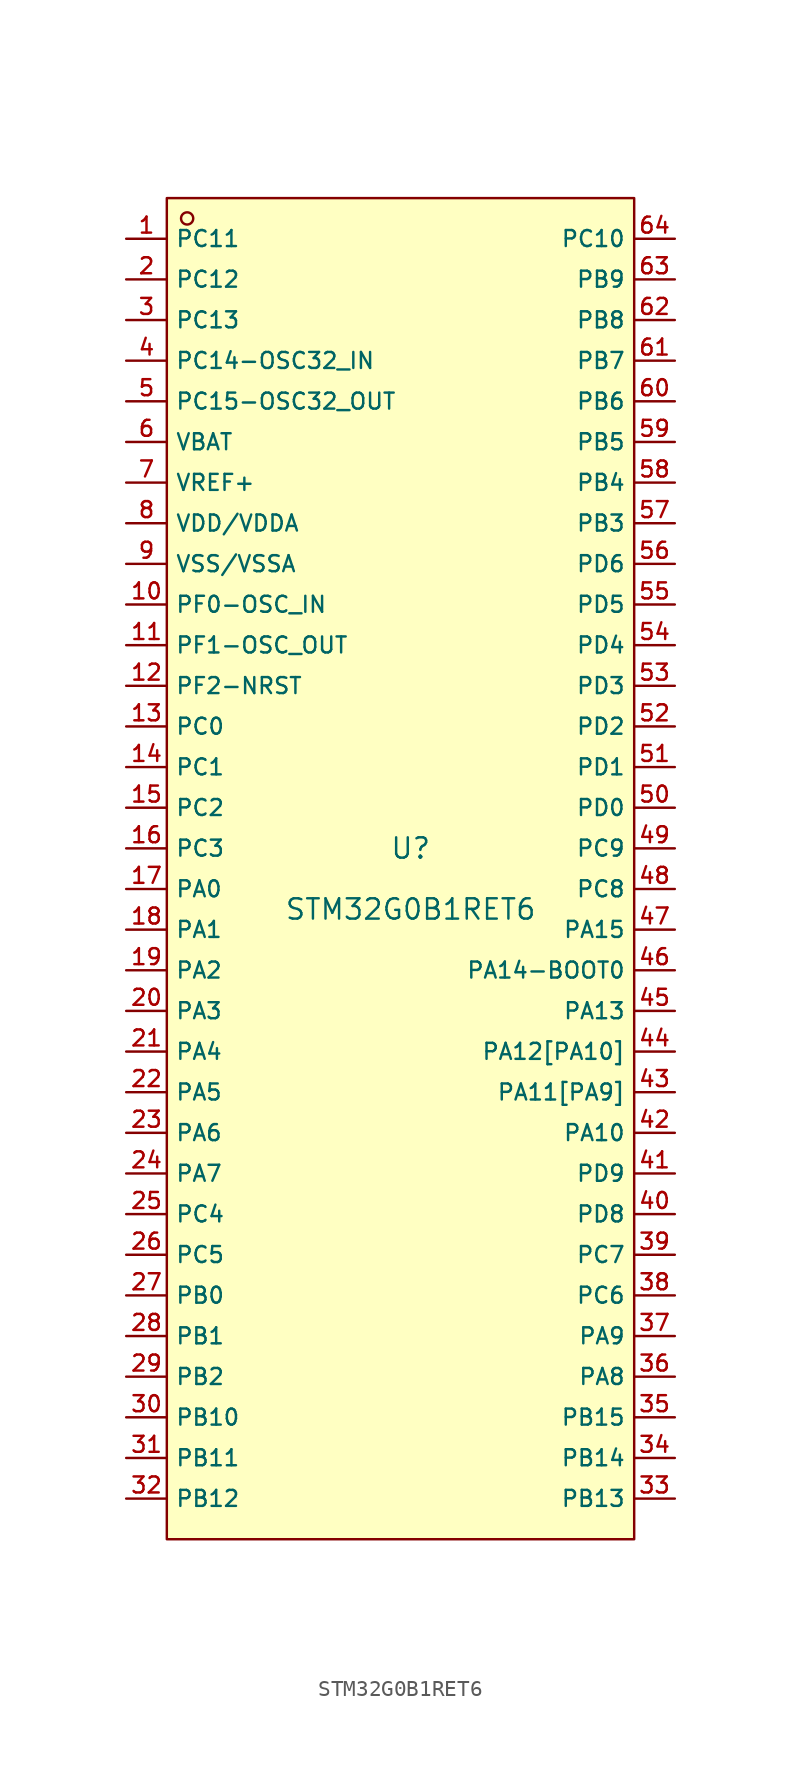
<source format=kicad_sym>
(kicad_symbol_lib
  (version 20210201)
  (generator TousstNicolas/JLC2KiCad_lib)
  (symbol "STM32G0B1RET6"
    (property "Reference" "U"
      (at 0 1.27 0)
      (effects (font (size 1.27 1.27))))
    (property "Value" "STM32G0B1RET6"
      (at 0 -2.54 0)
      (effects (font (size 1.27 1.27))))
    (symbol "STM32G0B1RET6_0_1"
      (rectangle (start -15.24 41.91) (end 13.97 -41.91) (stroke (width 0) (type default) (color 0 0 0 0)) (fill (type background)))
      (circle (center -13.97 40.64) (radius 0.381) (stroke (width 0) (type default) (color 0 0 0 0)) (fill (type background)))
      (pin unspecified line (at -17.78 39.37 0) (length 2.54) (name "PC11" (effects (font (size 1 1)))) (number "1" (effects (font (size 1 1)))))
      (pin unspecified line (at -17.78 36.83 0) (length 2.54) (name "PC12" (effects (font (size 1 1)))) (number "2" (effects (font (size 1 1)))))
      (pin unspecified line (at -17.78 34.29 0) (length 2.54) (name "PC13" (effects (font (size 1 1)))) (number "3" (effects (font (size 1 1)))))
      (pin unspecified line (at -17.78 31.75 0) (length 2.54) (name "PC14-OSC32_IN" (effects (font (size 1 1)))) (number "4" (effects (font (size 1 1)))))
      (pin unspecified line (at -17.78 29.21 0) (length 2.54) (name "PC15-OSC32_OUT" (effects (font (size 1 1)))) (number "5" (effects (font (size 1 1)))))
      (pin unspecified line (at -17.78 26.67 0) (length 2.54) (name "VBAT" (effects (font (size 1 1)))) (number "6" (effects (font (size 1 1)))))
      (pin unspecified line (at -17.78 24.13 0) (length 2.54) (name "VREF+" (effects (font (size 1 1)))) (number "7" (effects (font (size 1 1)))))
      (pin unspecified line (at -17.78 21.59 0) (length 2.54) (name "VDD/VDDA" (effects (font (size 1 1)))) (number "8" (effects (font (size 1 1)))))
      (pin unspecified line (at -17.78 19.05 0) (length 2.54) (name "VSS/VSSA" (effects (font (size 1 1)))) (number "9" (effects (font (size 1 1)))))
      (pin unspecified line (at -17.78 16.51 0) (length 2.54) (name "PF0-OSC_IN" (effects (font (size 1 1)))) (number "10" (effects (font (size 1 1)))))
      (pin unspecified line (at -17.78 13.97 0) (length 2.54) (name "PF1-OSC_OUT" (effects (font (size 1 1)))) (number "11" (effects (font (size 1 1)))))
      (pin unspecified line (at -17.78 11.43 0) (length 2.54) (name "PF2-NRST" (effects (font (size 1 1)))) (number "12" (effects (font (size 1 1)))))
      (pin unspecified line (at -17.78 8.89 0) (length 2.54) (name "PC0" (effects (font (size 1 1)))) (number "13" (effects (font (size 1 1)))))
      (pin unspecified line (at -17.78 6.35 0) (length 2.54) (name "PC1" (effects (font (size 1 1)))) (number "14" (effects (font (size 1 1)))))
      (pin unspecified line (at -17.78 3.81 0) (length 2.54) (name "PC2" (effects (font (size 1 1)))) (number "15" (effects (font (size 1 1)))))
      (pin unspecified line (at -17.78 1.27 0) (length 2.54) (name "PC3" (effects (font (size 1 1)))) (number "16" (effects (font (size 1 1)))))
      (pin unspecified line (at -17.78 -1.27 0) (length 2.54) (name "PA0" (effects (font (size 1 1)))) (number "17" (effects (font (size 1 1)))))
      (pin unspecified line (at -17.78 -3.81 0) (length 2.54) (name "PA1" (effects (font (size 1 1)))) (number "18" (effects (font (size 1 1)))))
      (pin unspecified line (at -17.78 -6.35 0) (length 2.54) (name "PA2" (effects (font (size 1 1)))) (number "19" (effects (font (size 1 1)))))
      (pin unspecified line (at -17.78 -8.89 0) (length 2.54) (name "PA3" (effects (font (size 1 1)))) (number "20" (effects (font (size 1 1)))))
      (pin unspecified line (at -17.78 -11.43 0) (length 2.54) (name "PA4" (effects (font (size 1 1)))) (number "21" (effects (font (size 1 1)))))
      (pin unspecified line (at -17.78 -13.97 0) (length 2.54) (name "PA5" (effects (font (size 1 1)))) (number "22" (effects (font (size 1 1)))))
      (pin unspecified line (at -17.78 -16.51 0) (length 2.54) (name "PA6" (effects (font (size 1 1)))) (number "23" (effects (font (size 1 1)))))
      (pin unspecified line (at -17.78 -19.05 0) (length 2.54) (name "PA7" (effects (font (size 1 1)))) (number "24" (effects (font (size 1 1)))))
      (pin unspecified line (at -17.78 -21.59 0) (length 2.54) (name "PC4" (effects (font (size 1 1)))) (number "25" (effects (font (size 1 1)))))
      (pin unspecified line (at -17.78 -24.13 0) (length 2.54) (name "PC5" (effects (font (size 1 1)))) (number "26" (effects (font (size 1 1)))))
      (pin unspecified line (at -17.78 -26.67 0) (length 2.54) (name "PB0" (effects (font (size 1 1)))) (number "27" (effects (font (size 1 1)))))
      (pin unspecified line (at -17.78 -29.21 0) (length 2.54) (name "PB1" (effects (font (size 1 1)))) (number "28" (effects (font (size 1 1)))))
      (pin unspecified line (at -17.78 -31.75 0) (length 2.54) (name "PB2" (effects (font (size 1 1)))) (number "29" (effects (font (size 1 1)))))
      (pin unspecified line (at -17.78 -34.29 0) (length 2.54) (name "PB10" (effects (font (size 1 1)))) (number "30" (effects (font (size 1 1)))))
      (pin unspecified line (at -17.78 -36.83 0) (length 2.54) (name "PB11" (effects (font (size 1 1)))) (number "31" (effects (font (size 1 1)))))
      (pin unspecified line (at -17.78 -39.37 0) (length 2.54) (name "PB12" (effects (font (size 1 1)))) (number "32" (effects (font (size 1 1)))))
      (pin unspecified line (at 16.51 -39.37 180) (length 2.54) (name "PB13" (effects (font (size 1 1)))) (number "33" (effects (font (size 1 1)))))
      (pin unspecified line (at 16.51 -36.83 180) (length 2.54) (name "PB14" (effects (font (size 1 1)))) (number "34" (effects (font (size 1 1)))))
      (pin unspecified line (at 16.51 -34.29 180) (length 2.54) (name "PB15" (effects (font (size 1 1)))) (number "35" (effects (font (size 1 1)))))
      (pin unspecified line (at 16.51 -31.75 180) (length 2.54) (name "PA8" (effects (font (size 1 1)))) (number "36" (effects (font (size 1 1)))))
      (pin unspecified line (at 16.51 -29.21 180) (length 2.54) (name "PA9" (effects (font (size 1 1)))) (number "37" (effects (font (size 1 1)))))
      (pin unspecified line (at 16.51 -26.67 180) (length 2.54) (name "PC6" (effects (font (size 1 1)))) (number "38" (effects (font (size 1 1)))))
      (pin unspecified line (at 16.51 -24.13 180) (length 2.54) (name "PC7" (effects (font (size 1 1)))) (number "39" (effects (font (size 1 1)))))
      (pin unspecified line (at 16.51 -21.59 180) (length 2.54) (name "PD8" (effects (font (size 1 1)))) (number "40" (effects (font (size 1 1)))))
      (pin unspecified line (at 16.51 -19.05 180) (length 2.54) (name "PD9" (effects (font (size 1 1)))) (number "41" (effects (font (size 1 1)))))
      (pin unspecified line (at 16.51 -16.51 180) (length 2.54) (name "PA10" (effects (font (size 1 1)))) (number "42" (effects (font (size 1 1)))))
      (pin unspecified line (at 16.51 -13.97 180) (length 2.54) (name "PA11[PA9]" (effects (font (size 1 1)))) (number "43" (effects (font (size 1 1)))))
      (pin unspecified line (at 16.51 -11.43 180) (length 2.54) (name "PA12[PA10]" (effects (font (size 1 1)))) (number "44" (effects (font (size 1 1)))))
      (pin unspecified line (at 16.51 -8.89 180) (length 2.54) (name "PA13" (effects (font (size 1 1)))) (number "45" (effects (font (size 1 1)))))
      (pin unspecified line (at 16.51 -6.35 180) (length 2.54) (name "PA14-BOOT0" (effects (font (size 1 1)))) (number "46" (effects (font (size 1 1)))))
      (pin unspecified line (at 16.51 -3.81 180) (length 2.54) (name "PA15" (effects (font (size 1 1)))) (number "47" (effects (font (size 1 1)))))
      (pin unspecified line (at 16.51 -1.27 180) (length 2.54) (name "PC8" (effects (font (size 1 1)))) (number "48" (effects (font (size 1 1)))))
      (pin unspecified line (at 16.51 1.27 180) (length 2.54) (name "PC9" (effects (font (size 1 1)))) (number "49" (effects (font (size 1 1)))))
      (pin unspecified line (at 16.51 3.81 180) (length 2.54) (name "PD0" (effects (font (size 1 1)))) (number "50" (effects (font (size 1 1)))))
      (pin unspecified line (at 16.51 6.35 180) (length 2.54) (name "PD1" (effects (font (size 1 1)))) (number "51" (effects (font (size 1 1)))))
      (pin unspecified line (at 16.51 8.89 180) (length 2.54) (name "PD2" (effects (font (size 1 1)))) (number "52" (effects (font (size 1 1)))))
      (pin unspecified line (at 16.51 11.43 180) (length 2.54) (name "PD3" (effects (font (size 1 1)))) (number "53" (effects (font (size 1 1)))))
      (pin unspecified line (at 16.51 13.97 180) (length 2.54) (name "PD4" (effects (font (size 1 1)))) (number "54" (effects (font (size 1 1)))))
      (pin unspecified line (at 16.51 16.51 180) (length 2.54) (name "PD5" (effects (font (size 1 1)))) (number "55" (effects (font (size 1 1)))))
      (pin unspecified line (at 16.51 19.05 180) (length 2.54) (name "PD6" (effects (font (size 1 1)))) (number "56" (effects (font (size 1 1)))))
      (pin unspecified line (at 16.51 21.59 180) (length 2.54) (name "PB3" (effects (font (size 1 1)))) (number "57" (effects (font (size 1 1)))))
      (pin unspecified line (at 16.51 24.13 180) (length 2.54) (name "PB4" (effects (font (size 1 1)))) (number "58" (effects (font (size 1 1)))))
      (pin unspecified line (at 16.51 26.67 180) (length 2.54) (name "PB5" (effects (font (size 1 1)))) (number "59" (effects (font (size 1 1)))))
      (pin unspecified line (at 16.51 29.21 180) (length 2.54) (name "PB6" (effects (font (size 1 1)))) (number "60" (effects (font (size 1 1)))))
      (pin unspecified line (at 16.51 31.75 180) (length 2.54) (name "PB7" (effects (font (size 1 1)))) (number "61" (effects (font (size 1 1)))))
      (pin unspecified line (at 16.51 34.29 180) (length 2.54) (name "PB8" (effects (font (size 1 1)))) (number "62" (effects (font (size 1 1)))))
      (pin unspecified line (at 16.51 36.83 180) (length 2.54) (name "PB9" (effects (font (size 1 1)))) (number "63" (effects (font (size 1 1)))))
      (pin unspecified line (at 16.51 39.37 180) (length 2.54) (name "PC10" (effects (font (size 1 1)))) (number "64" (effects (font (size 1 1))))))))
</source>
